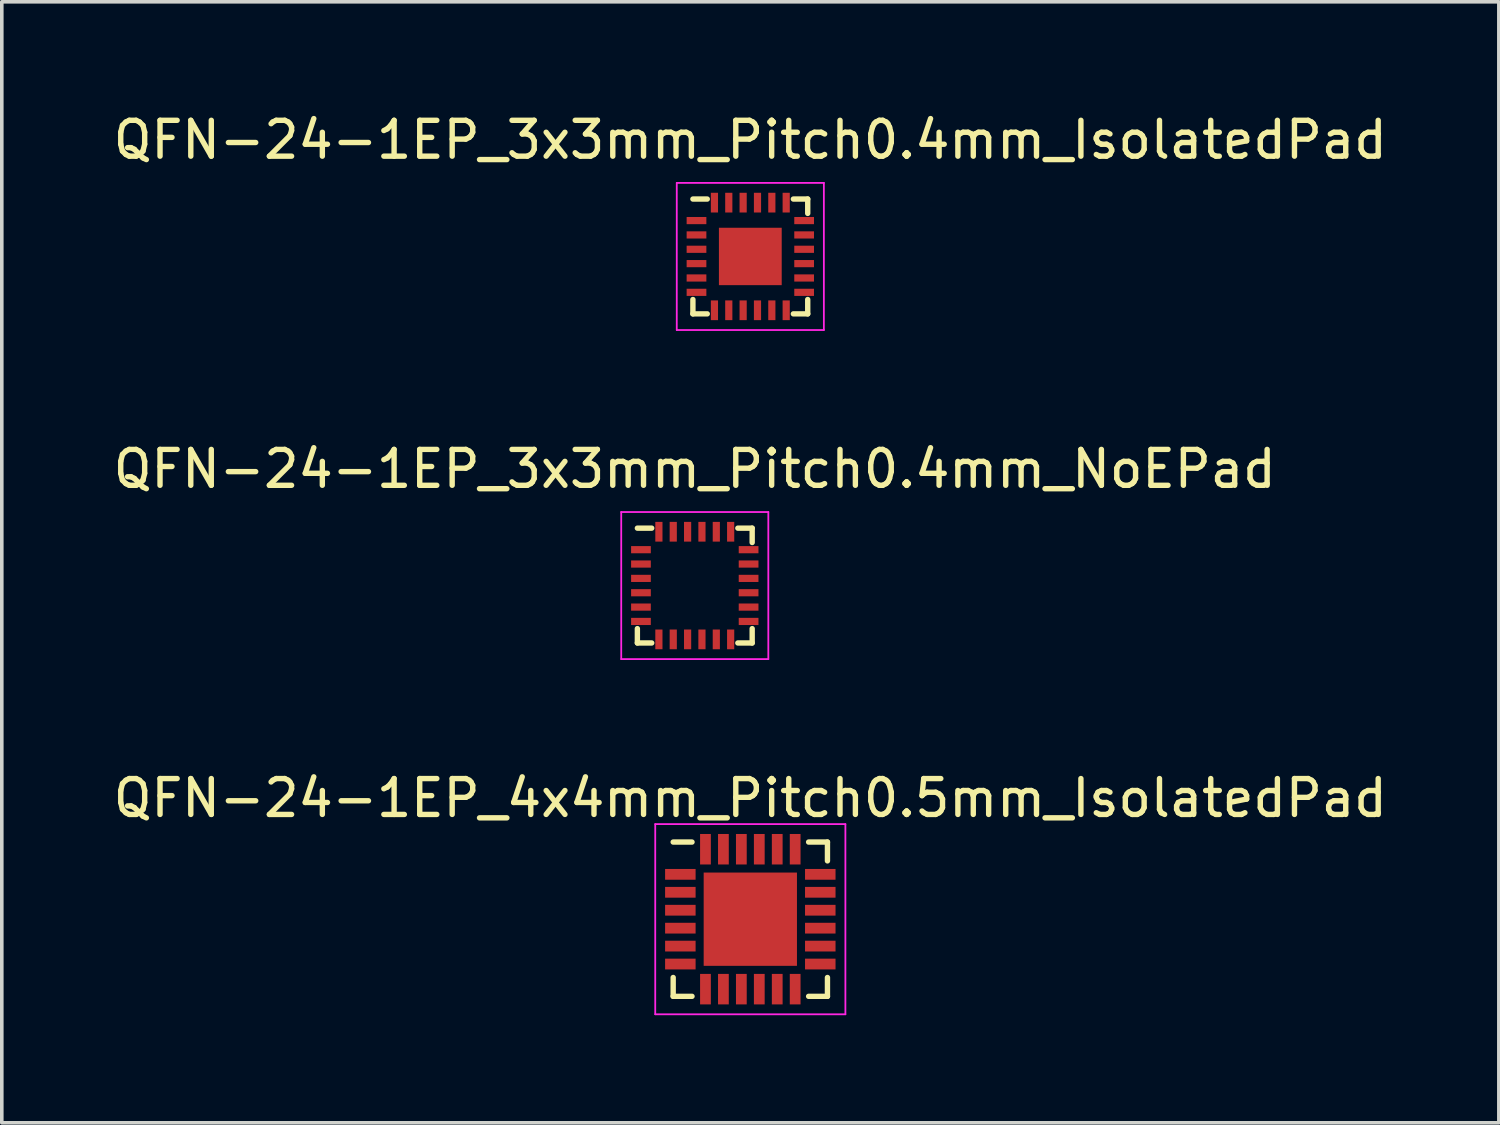
<source format=kicad_pcb>
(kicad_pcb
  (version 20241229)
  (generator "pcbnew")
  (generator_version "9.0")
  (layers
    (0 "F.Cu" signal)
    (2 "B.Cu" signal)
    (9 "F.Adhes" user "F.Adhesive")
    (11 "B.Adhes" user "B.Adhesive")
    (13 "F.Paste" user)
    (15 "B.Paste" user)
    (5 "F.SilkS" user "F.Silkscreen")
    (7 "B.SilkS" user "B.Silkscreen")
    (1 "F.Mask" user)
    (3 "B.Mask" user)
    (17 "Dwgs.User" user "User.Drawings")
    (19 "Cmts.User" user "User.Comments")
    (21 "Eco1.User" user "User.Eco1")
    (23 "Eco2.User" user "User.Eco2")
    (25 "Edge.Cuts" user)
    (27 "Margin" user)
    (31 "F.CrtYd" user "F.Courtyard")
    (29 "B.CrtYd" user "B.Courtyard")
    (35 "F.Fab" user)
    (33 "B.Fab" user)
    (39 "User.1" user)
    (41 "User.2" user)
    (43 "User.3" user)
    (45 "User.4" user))
  (footprint "QFN-24-1EP_3x3mm_Pitch0.4mm_NoEPad"
    (layer "F.Cu")
    (at 16.315 13.271)
    (property "Reference" "QFN-24-1EP_3x3mm_Pitch0.4mm_NoEPad" (at 0 -3.25 0) (layer "F.SilkS") (effects (font (size 1 1) (thickness 0.15))))
    (attr smd)
    (fp_line (start -1.6 -1.6) (end -1.2 -1.6) (stroke (width 0.15) (type solid)) (layer "F.SilkS"))
    (fp_line (start -1.6 1.6) (end -1.6 1.2) (stroke (width 0.15) (type solid)) (layer "F.SilkS"))
    (fp_line (start -1.6 1.6) (end -1.2 1.6) (stroke (width 0.15) (type solid)) (layer "F.SilkS"))
    (fp_line (start 1.6 -1.6) (end 1.2 -1.6) (stroke (width 0.15) (type solid)) (layer "F.SilkS"))
    (fp_line (start 1.6 -1.6) (end 1.6 -1.2) (stroke (width 0.15) (type solid)) (layer "F.SilkS"))
    (fp_line (start 1.6 1.6) (end 1.2 1.6) (stroke (width 0.15) (type solid)) (layer "F.SilkS"))
    (fp_line (start 1.6 1.6) (end 1.6 1.2) (stroke (width 0.15) (type solid)) (layer "F.SilkS"))
    (fp_line (start -2.05 -2.05) (end 2.05 -2.05) (stroke (width 0.05) (type solid)) (layer "F.CrtYd"))
    (fp_line (start -2.05 2.05) (end -2.05 -2.05) (stroke (width 0.05) (type solid)) (layer "F.CrtYd"))
    (fp_line (start 2.05 -2.05) (end 2.05 2.05) (stroke (width 0.05) (type solid)) (layer "F.CrtYd"))
    (fp_line (start 2.05 2.05) (end -2.05 2.05) (stroke (width 0.05) (type solid)) (layer "F.CrtYd"))
    (pad "" smd rect (at 0 0) (size 1.8 1.8) (layers "F.Mask"))
    (pad "1" smd rect (at -1.5 -1) (size 0.55 0.2) (layers "F.Cu" "F.Mask" "F.Paste"))
    (pad "2" smd rect (at -1.5 -0.6) (size 0.55 0.2) (layers "F.Cu" "F.Mask" "F.Paste"))
    (pad "3" smd rect (at -1.5 -0.2) (size 0.55 0.2) (layers "F.Cu" "F.Mask" "F.Paste"))
    (pad "4" smd rect (at -1.5 0.2) (size 0.55 0.2) (layers "F.Cu" "F.Mask" "F.Paste"))
    (pad "5" smd rect (at -1.5 0.6) (size 0.55 0.2) (layers "F.Cu" "F.Mask" "F.Paste"))
    (pad "6" smd rect (at -1.5 1) (size 0.55 0.2) (layers "F.Cu" "F.Mask" "F.Paste"))
    (pad "7" smd rect (at -1 1.5 90) (size 0.55 0.2) (layers "F.Cu" "F.Mask" "F.Paste"))
    (pad "8" smd rect (at -0.6 1.5 90) (size 0.55 0.2) (layers "F.Cu" "F.Mask" "F.Paste"))
    (pad "9" smd rect (at -0.2 1.5 90) (size 0.55 0.2) (layers "F.Cu" "F.Mask" "F.Paste"))
    (pad "10" smd rect (at 0.2 1.5 90) (size 0.55 0.2) (layers "F.Cu" "F.Mask" "F.Paste"))
    (pad "11" smd rect (at 0.6 1.5 90) (size 0.55 0.2) (layers "F.Cu" "F.Mask" "F.Paste"))
    (pad "12" smd rect (at 1 1.5 90) (size 0.55 0.2) (layers "F.Cu" "F.Mask" "F.Paste"))
    (pad "13" smd rect (at 1.5 1) (size 0.55 0.2) (layers "F.Cu" "F.Mask" "F.Paste"))
    (pad "14" smd rect (at 1.5 0.6) (size 0.55 0.2) (layers "F.Cu" "F.Mask" "F.Paste"))
    (pad "15" smd rect (at 1.5 0.2) (size 0.55 0.2) (layers "F.Cu" "F.Mask" "F.Paste"))
    (pad "16" smd rect (at 1.5 -0.2) (size 0.55 0.2) (layers "F.Cu" "F.Mask" "F.Paste"))
    (pad "17" smd rect (at 1.5 -0.6) (size 0.55 0.2) (layers "F.Cu" "F.Mask" "F.Paste"))
    (pad "18" smd rect (at 1.5 -1) (size 0.55 0.2) (layers "F.Cu" "F.Mask" "F.Paste"))
    (pad "19" smd rect (at 1 -1.5 90) (size 0.55 0.2) (layers "F.Cu" "F.Mask" "F.Paste"))
    (pad "20" smd rect (at 0.6 -1.5 90) (size 0.55 0.2) (layers "F.Cu" "F.Mask" "F.Paste"))
    (pad "21" smd rect (at 0.2 -1.5 90) (size 0.55 0.2) (layers "F.Cu" "F.Mask" "F.Paste"))
    (pad "22" smd rect (at -0.2 -1.5 90) (size 0.55 0.2) (layers "F.Cu" "F.Mask" "F.Paste"))
    (pad "23" smd rect (at -0.6 -1.5 90) (size 0.55 0.2) (layers "F.Cu" "F.Mask" "F.Paste"))
    (pad "24" smd rect (at -1 -1.5 90) (size 0.55 0.2) (layers "F.Cu" "F.Mask" "F.Paste")))
  (footprint "QFN-24-1EP_4x4mm_Pitch0.5mm_IsolatedPad"
    (layer "F.Cu")
    (at 17.863 22.57)
    (property "Reference" "QFN-24-1EP_4x4mm_Pitch0.5mm_IsolatedPad" (at 0 -3.375 0) (layer "F.SilkS") (effects (font (size 1 1) (thickness 0.15))))
    (attr smd)
    (fp_line (start -2.15 -2.15) (end -1.625 -2.15) (stroke (width 0.15) (type solid)) (layer "F.SilkS"))
    (fp_line (start -2.15 2.15) (end -2.15 1.625) (stroke (width 0.15) (type solid)) (layer "F.SilkS"))
    (fp_line (start -2.15 2.15) (end -1.625 2.15) (stroke (width 0.15) (type solid)) (layer "F.SilkS"))
    (fp_line (start 2.15 -2.15) (end 1.625 -2.15) (stroke (width 0.15) (type solid)) (layer "F.SilkS"))
    (fp_line (start 2.15 -2.15) (end 2.15 -1.625) (stroke (width 0.15) (type solid)) (layer "F.SilkS"))
    (fp_line (start 2.15 2.15) (end 1.625 2.15) (stroke (width 0.15) (type solid)) (layer "F.SilkS"))
    (fp_line (start 2.15 2.15) (end 2.15 1.625) (stroke (width 0.15) (type solid)) (layer "F.SilkS"))
    (fp_line (start -2.65 -2.65) (end -2.65 2.65) (stroke (width 0.05) (type solid)) (layer "F.CrtYd"))
    (fp_line (start -2.65 -2.65) (end 2.65 -2.65) (stroke (width 0.05) (type solid)) (layer "F.CrtYd"))
    (fp_line (start -2.65 2.65) (end 2.65 2.65) (stroke (width 0.05) (type solid)) (layer "F.CrtYd"))
    (fp_line (start 2.65 -2.65) (end 2.65 2.65) (stroke (width 0.05) (type solid)) (layer "F.CrtYd"))
    (pad "1" smd rect (at -1.95 -1.25) (size 0.85 0.3) (layers "F.Cu" "F.Mask" "F.Paste"))
    (pad "2" smd rect (at -1.95 -0.75) (size 0.85 0.3) (layers "F.Cu" "F.Mask" "F.Paste"))
    (pad "3" smd rect (at -1.95 -0.25) (size 0.85 0.3) (layers "F.Cu" "F.Mask" "F.Paste"))
    (pad "4" smd rect (at -1.95 0.25) (size 0.85 0.3) (layers "F.Cu" "F.Mask" "F.Paste"))
    (pad "5" smd rect (at -1.95 0.75) (size 0.85 0.3) (layers "F.Cu" "F.Mask" "F.Paste"))
    (pad "6" smd rect (at -1.95 1.25) (size 0.85 0.3) (layers "F.Cu" "F.Mask" "F.Paste"))
    (pad "7" smd rect (at -1.25 1.95 90) (size 0.85 0.3) (layers "F.Cu" "F.Mask" "F.Paste"))
    (pad "8" smd rect (at -0.75 1.95 90) (size 0.85 0.3) (layers "F.Cu" "F.Mask" "F.Paste"))
    (pad "9" smd rect (at -0.25 1.95 90) (size 0.85 0.3) (layers "F.Cu" "F.Mask" "F.Paste"))
    (pad "10" smd rect (at 0.25 1.95 90) (size 0.85 0.3) (layers "F.Cu" "F.Mask" "F.Paste"))
    (pad "11" smd rect (at 0.75 1.95 90) (size 0.85 0.3) (layers "F.Cu" "F.Mask" "F.Paste"))
    (pad "12" smd rect (at 1.25 1.95 90) (size 0.85 0.3) (layers "F.Cu" "F.Mask" "F.Paste"))
    (pad "13" smd rect (at 1.95 1.25) (size 0.85 0.3) (layers "F.Cu" "F.Mask" "F.Paste"))
    (pad "14" smd rect (at 1.95 0.75) (size 0.85 0.3) (layers "F.Cu" "F.Mask" "F.Paste"))
    (pad "15" smd rect (at 1.95 0.25) (size 0.85 0.3) (layers "F.Cu" "F.Mask" "F.Paste"))
    (pad "16" smd rect (at 1.95 -0.25) (size 0.85 0.3) (layers "F.Cu" "F.Mask" "F.Paste"))
    (pad "17" smd rect (at 1.95 -0.75) (size 0.85 0.3) (layers "F.Cu" "F.Mask" "F.Paste"))
    (pad "18" smd rect (at 1.95 -1.25) (size 0.85 0.3) (layers "F.Cu" "F.Mask" "F.Paste"))
    (pad "19" smd rect (at 1.25 -1.95 90) (size 0.85 0.3) (layers "F.Cu" "F.Mask" "F.Paste"))
    (pad "20" smd rect (at 0.75 -1.95 90) (size 0.85 0.3) (layers "F.Cu" "F.Mask" "F.Paste"))
    (pad "21" smd rect (at 0.25 -1.95 90) (size 0.85 0.3) (layers "F.Cu" "F.Mask" "F.Paste"))
    (pad "22" smd rect (at -0.25 -1.95 90) (size 0.85 0.3) (layers "F.Cu" "F.Mask" "F.Paste"))
    (pad "23" smd rect (at -0.75 -1.95 90) (size 0.85 0.3) (layers "F.Cu" "F.Mask" "F.Paste"))
    (pad "24" smd rect (at -1.25 -1.95 90) (size 0.85 0.3) (layers "F.Cu" "F.Mask" "F.Paste"))
    (pad "25" smd rect (at 0 0) (size 2.6 2.6) (layers "F.Cu")))
  (footprint "QFN-24-1EP_3x3mm_Pitch0.4mm_IsolatedPad"
    (layer "F.Cu")
    (at 17.863 4.098)
    (property "Reference" "QFN-24-1EP_3x3mm_Pitch0.4mm_IsolatedPad" (at 0 -3.25 0) (layer "F.SilkS") (effects (font (size 1 1) (thickness 0.15))))
    (attr smd)
    (fp_line (start -1.6 -1.6) (end -1.2 -1.6) (stroke (width 0.15) (type solid)) (layer "F.SilkS"))
    (fp_line (start -1.6 1.6) (end -1.6 1.2) (stroke (width 0.15) (type solid)) (layer "F.SilkS"))
    (fp_line (start -1.6 1.6) (end -1.2 1.6) (stroke (width 0.15) (type solid)) (layer "F.SilkS"))
    (fp_line (start 1.6 -1.6) (end 1.2 -1.6) (stroke (width 0.15) (type solid)) (layer "F.SilkS"))
    (fp_line (start 1.6 -1.6) (end 1.6 -1.2) (stroke (width 0.15) (type solid)) (layer "F.SilkS"))
    (fp_line (start 1.6 1.6) (end 1.2 1.6) (stroke (width 0.15) (type solid)) (layer "F.SilkS"))
    (fp_line (start 1.6 1.6) (end 1.6 1.2) (stroke (width 0.15) (type solid)) (layer "F.SilkS"))
    (fp_line (start -2.05 -2.05) (end 2.05 -2.05) (stroke (width 0.05) (type solid)) (layer "F.CrtYd"))
    (fp_line (start -2.05 2.05) (end -2.05 -2.05) (stroke (width 0.05) (type solid)) (layer "F.CrtYd"))
    (fp_line (start 2.05 -2.05) (end 2.05 2.05) (stroke (width 0.05) (type solid)) (layer "F.CrtYd"))
    (fp_line (start 2.05 2.05) (end -2.05 2.05) (stroke (width 0.05) (type solid)) (layer "F.CrtYd"))
    (pad "1" smd rect (at -1.5 -1) (size 0.55 0.2) (layers "F.Cu" "F.Mask" "F.Paste"))
    (pad "2" smd rect (at -1.5 -0.6) (size 0.55 0.2) (layers "F.Cu" "F.Mask" "F.Paste"))
    (pad "3" smd rect (at -1.5 -0.2) (size 0.55 0.2) (layers "F.Cu" "F.Mask" "F.Paste"))
    (pad "4" smd rect (at -1.5 0.2) (size 0.55 0.2) (layers "F.Cu" "F.Mask" "F.Paste"))
    (pad "5" smd rect (at -1.5 0.6) (size 0.55 0.2) (layers "F.Cu" "F.Mask" "F.Paste"))
    (pad "6" smd rect (at -1.5 1) (size 0.55 0.2) (layers "F.Cu" "F.Mask" "F.Paste"))
    (pad "7" smd rect (at -1 1.5 90) (size 0.55 0.2) (layers "F.Cu" "F.Mask" "F.Paste"))
    (pad "8" smd rect (at -0.6 1.5 90) (size 0.55 0.2) (layers "F.Cu" "F.Mask" "F.Paste"))
    (pad "9" smd rect (at -0.2 1.5 90) (size 0.55 0.2) (layers "F.Cu" "F.Mask" "F.Paste"))
    (pad "10" smd rect (at 0.2 1.5 90) (size 0.55 0.2) (layers "F.Cu" "F.Mask" "F.Paste"))
    (pad "11" smd rect (at 0.6 1.5 90) (size 0.55 0.2) (layers "F.Cu" "F.Mask" "F.Paste"))
    (pad "12" smd rect (at 1 1.5 90) (size 0.55 0.2) (layers "F.Cu" "F.Mask" "F.Paste"))
    (pad "13" smd rect (at 1.5 1) (size 0.55 0.2) (layers "F.Cu" "F.Mask" "F.Paste"))
    (pad "14" smd rect (at 1.5 0.6) (size 0.55 0.2) (layers "F.Cu" "F.Mask" "F.Paste"))
    (pad "15" smd rect (at 1.5 0.2) (size 0.55 0.2) (layers "F.Cu" "F.Mask" "F.Paste"))
    (pad "16" smd rect (at 1.5 -0.2) (size 0.55 0.2) (layers "F.Cu" "F.Mask" "F.Paste"))
    (pad "17" smd rect (at 1.5 -0.6) (size 0.55 0.2) (layers "F.Cu" "F.Mask" "F.Paste"))
    (pad "18" smd rect (at 1.5 -1) (size 0.55 0.2) (layers "F.Cu" "F.Mask" "F.Paste"))
    (pad "19" smd rect (at 1 -1.5 90) (size 0.55 0.2) (layers "F.Cu" "F.Mask" "F.Paste"))
    (pad "20" smd rect (at 0.6 -1.5 90) (size 0.55 0.2) (layers "F.Cu" "F.Mask" "F.Paste"))
    (pad "21" smd rect (at 0.2 -1.5 90) (size 0.55 0.2) (layers "F.Cu" "F.Mask" "F.Paste"))
    (pad "22" smd rect (at -0.2 -1.5 90) (size 0.55 0.2) (layers "F.Cu" "F.Mask" "F.Paste"))
    (pad "23" smd rect (at -0.6 -1.5 90) (size 0.55 0.2) (layers "F.Cu" "F.Mask" "F.Paste"))
    (pad "24" smd rect (at -1 -1.5 90) (size 0.55 0.2) (layers "F.Cu" "F.Mask" "F.Paste"))
    (pad "25" smd rect (at 0 0) (size 1.75 1.6) (layers "F.Cu")))
  (gr_rect
    (start -3 -3)
    (end 38.726 28.245)
    (stroke (width 0.1) (type default))
    (fill no)
    (layer "Edge.Cuts")))
</source>
